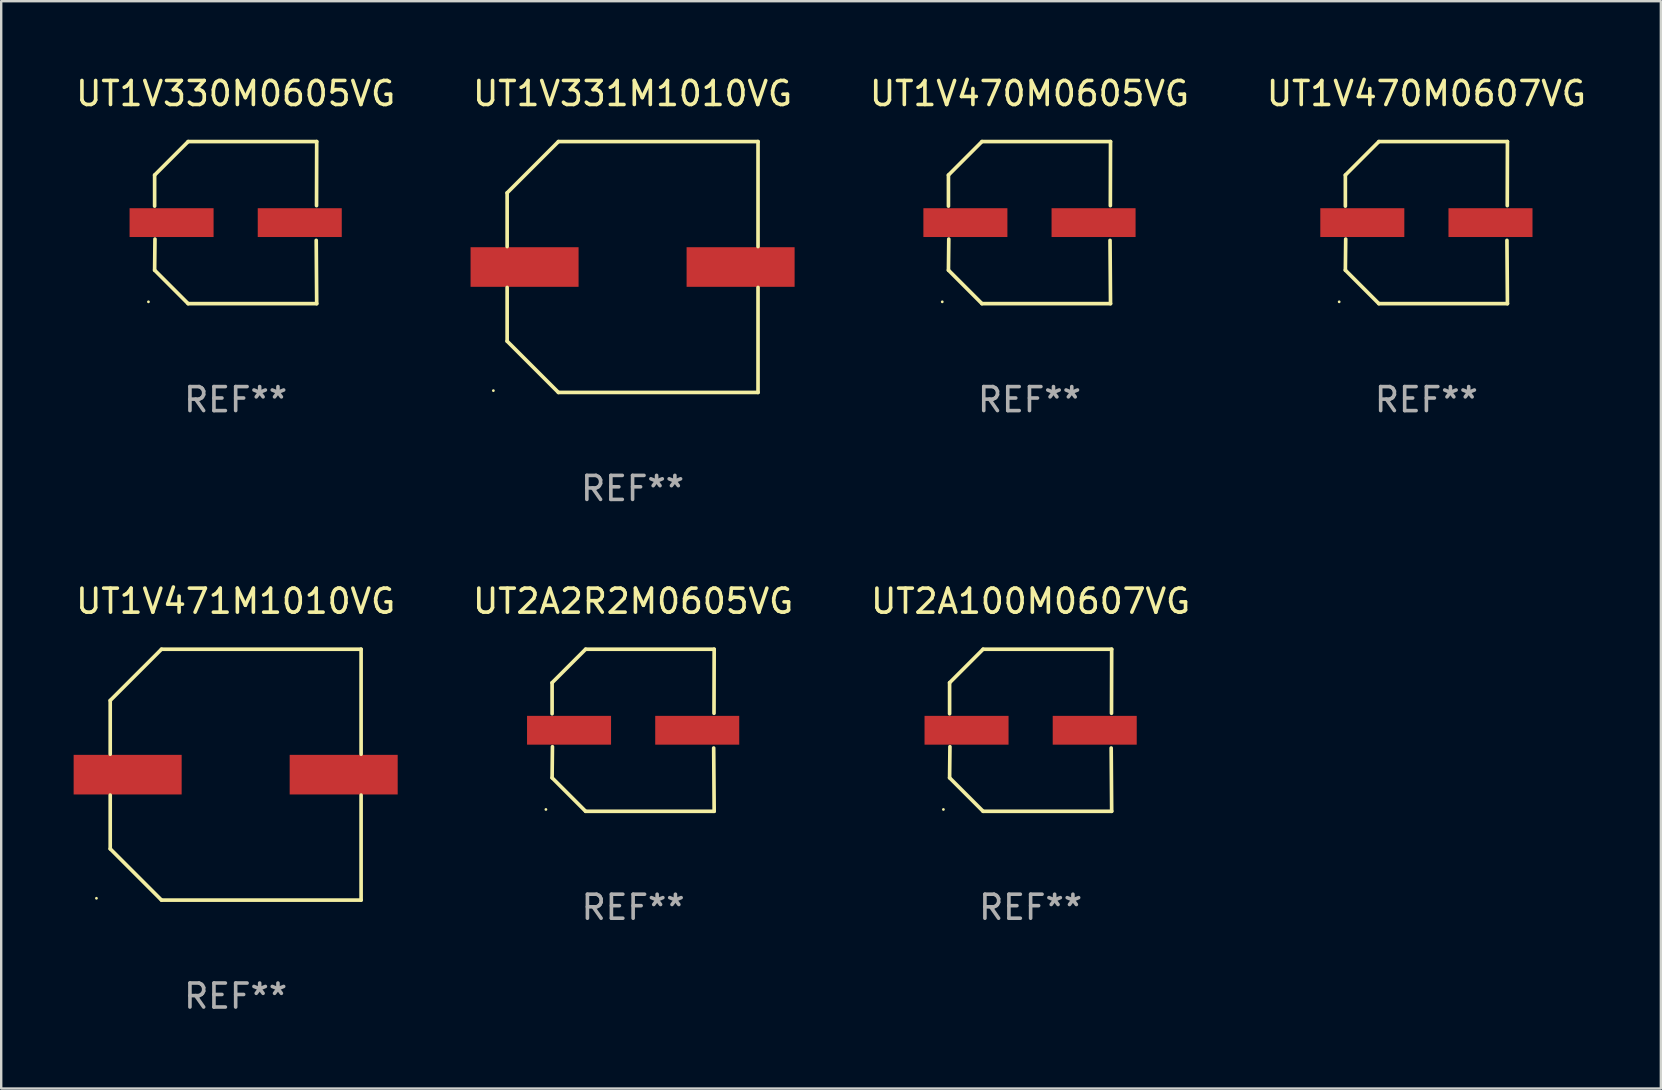
<source format=kicad_pcb>
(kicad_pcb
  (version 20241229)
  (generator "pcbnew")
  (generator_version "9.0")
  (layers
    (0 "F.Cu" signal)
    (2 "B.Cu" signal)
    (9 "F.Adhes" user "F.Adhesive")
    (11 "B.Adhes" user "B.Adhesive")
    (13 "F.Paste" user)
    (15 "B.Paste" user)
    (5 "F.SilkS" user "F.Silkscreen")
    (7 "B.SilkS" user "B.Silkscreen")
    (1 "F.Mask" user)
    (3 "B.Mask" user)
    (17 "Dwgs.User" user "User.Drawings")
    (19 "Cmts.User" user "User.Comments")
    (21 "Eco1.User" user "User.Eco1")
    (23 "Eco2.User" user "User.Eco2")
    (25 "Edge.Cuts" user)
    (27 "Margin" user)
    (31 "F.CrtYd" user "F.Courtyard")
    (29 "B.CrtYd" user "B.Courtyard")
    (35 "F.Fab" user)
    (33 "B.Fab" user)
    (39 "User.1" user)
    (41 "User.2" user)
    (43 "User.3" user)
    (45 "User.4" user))
  (footprint "UT1V331M1010VG"
    (layer "F.Cu")
    (at 23.304 8.074)
    (property "Reference" "UT1V331M1010VG" (at 0 -7.226 0) (layer "F.SilkS") (effects (font (size 1 1) (thickness 0.15))))
    (attr through_hole)
    (fp_line (start -5.226 -3.09) (end -5.226 -0.852) (stroke (width 0.152) (type solid)) (layer "F.SilkS"))
    (fp_line (start -5.226 3.09) (end -5.226 0.852) (stroke (width 0.152) (type solid)) (layer "F.SilkS"))
    (fp_line (start -3.09 -5.226) (end -5.226 -3.09) (stroke (width 0.152) (type solid)) (layer "F.SilkS"))
    (fp_line (start -3.09 5.226) (end -5.226 3.09) (stroke (width 0.152) (type solid)) (layer "F.SilkS"))
    (fp_line (start 5.226 -5.226) (end -3.09 -5.226) (stroke (width 0.152) (type solid)) (layer "F.SilkS"))
    (fp_line (start 5.226 -0.852) (end 5.226 -5.226) (stroke (width 0.152) (type solid)) (layer "F.SilkS"))
    (fp_line (start 5.226 0.852) (end 5.226 5.226) (stroke (width 0.152) (type solid)) (layer "F.SilkS"))
    (fp_line (start 5.226 5.226) (end -3.09 5.226) (stroke (width 0.152) (type solid)) (layer "F.SilkS"))
    (fp_circle (center -5.8 5.15) (end -5.77 5.15) (stroke (width 0.06) (type solid)) (fill no) (layer "F.SilkS"))
    (fp_text user "REF**" (at 0 9.226 0) (layer "F.Fab") (effects (font (size 1 1) (thickness 0.15))))
    (pad "1" smd rect (at -4.5 0) (size 4.5 1.65) (layers "F.Cu" "F.Mask" "F.Paste"))
    (pad "2" smd rect (at 4.5 0) (size 4.5 1.65) (layers "F.Cu" "F.Mask" "F.Paste")))
  (footprint "UT1V330M0605VG"
    (layer "F.Cu")
    (at 6.768 6.224)
    (property "Reference" "UT1V330M0605VG" (at 0 -5.376 0) (layer "F.SilkS") (effects (font (size 1 1) (thickness 0.15))))
    (attr through_hole)
    (fp_line (start -3.376 -1.98) (end -3.376 -0.686) (stroke (width 0.152) (type solid)) (layer "F.SilkS"))
    (fp_line (start -3.376 1.981) (end -3.362 0.686) (stroke (width 0.152) (type solid)) (layer "F.SilkS"))
    (fp_line (start -1.981 3.376) (end -3.376 1.981) (stroke (width 0.152) (type solid)) (layer "F.SilkS"))
    (fp_line (start -1.98 -3.376) (end -3.376 -1.98) (stroke (width 0.152) (type solid)) (layer "F.SilkS"))
    (fp_line (start 3.356 0.74) (end 3.376 3.376) (stroke (width 0.152) (type solid)) (layer "F.SilkS"))
    (fp_line (start 3.369 -0.707) (end 3.376 -3.376) (stroke (width 0.152) (type solid)) (layer "F.SilkS"))
    (fp_line (start 3.376 3.376) (end -1.981 3.376) (stroke (width 0.152) (type solid)) (layer "F.SilkS"))
    (fp_line (start 3.376 -3.376) (end -1.98 -3.376) (stroke (width 0.152) (type solid)) (layer "F.SilkS"))
    (fp_circle (center -3.634 3.3) (end -3.604 3.3) (stroke (width 0.06) (type solid)) (fill no) (layer "F.SilkS"))
    (fp_text user "REF**" (at 0 7.376 0) (layer "F.Fab") (effects (font (size 1 1) (thickness 0.15))))
    (pad "1" smd rect (at -2.67 0.000254) (size 3.5 1.2) (layers "F.Cu" "F.Mask" "F.Paste"))
    (pad "2" smd rect (at 2.67 0.000254) (size 3.5 1.2) (layers "F.Cu" "F.Mask" "F.Paste")))
  (footprint "UT1V471M1010VG"
    (layer "F.Cu")
    (at 6.768 29.223)
    (property "Reference" "UT1V471M1010VG" (at 0 -7.226 0) (layer "F.SilkS") (effects (font (size 1 1) (thickness 0.15))))
    (attr through_hole)
    (fp_line (start -5.226 -3.09) (end -5.226 -0.852) (stroke (width 0.152) (type solid)) (layer "F.SilkS"))
    (fp_line (start -5.226 3.09) (end -5.226 0.852) (stroke (width 0.152) (type solid)) (layer "F.SilkS"))
    (fp_line (start -3.09 -5.226) (end -5.226 -3.09) (stroke (width 0.152) (type solid)) (layer "F.SilkS"))
    (fp_line (start -3.09 5.226) (end -5.226 3.09) (stroke (width 0.152) (type solid)) (layer "F.SilkS"))
    (fp_line (start 5.226 -5.226) (end -3.09 -5.226) (stroke (width 0.152) (type solid)) (layer "F.SilkS"))
    (fp_line (start 5.226 -0.852) (end 5.226 -5.226) (stroke (width 0.152) (type solid)) (layer "F.SilkS"))
    (fp_line (start 5.226 0.852) (end 5.226 5.226) (stroke (width 0.152) (type solid)) (layer "F.SilkS"))
    (fp_line (start 5.226 5.226) (end -3.09 5.226) (stroke (width 0.152) (type solid)) (layer "F.SilkS"))
    (fp_circle (center -5.8 5.15) (end -5.77 5.15) (stroke (width 0.06) (type solid)) (fill no) (layer "F.SilkS"))
    (fp_text user "REF**" (at 0 9.226 0) (layer "F.Fab") (effects (font (size 1 1) (thickness 0.15))))
    (pad "1" smd rect (at -4.5 0) (size 4.5 1.65) (layers "F.Cu" "F.Mask" "F.Paste"))
    (pad "2" smd rect (at 4.5 0) (size 4.5 1.65) (layers "F.Cu" "F.Mask" "F.Paste")))
  (footprint "UT2A100M0607VG"
    (layer "F.Cu")
    (at 39.887 27.373)
    (property "Reference" "UT2A100M0607VG" (at 0 -5.376 0) (layer "F.SilkS") (effects (font (size 1 1) (thickness 0.15))))
    (attr through_hole)
    (fp_line (start -3.376 -1.98) (end -3.376 -0.686) (stroke (width 0.152) (type solid)) (layer "F.SilkS"))
    (fp_line (start -3.376 1.981) (end -3.362 0.686) (stroke (width 0.152) (type solid)) (layer "F.SilkS"))
    (fp_line (start -1.981 3.376) (end -3.376 1.981) (stroke (width 0.152) (type solid)) (layer "F.SilkS"))
    (fp_line (start -1.98 -3.376) (end -3.376 -1.98) (stroke (width 0.152) (type solid)) (layer "F.SilkS"))
    (fp_line (start 3.356 0.74) (end 3.376 3.376) (stroke (width 0.152) (type solid)) (layer "F.SilkS"))
    (fp_line (start 3.369 -0.707) (end 3.376 -3.376) (stroke (width 0.152) (type solid)) (layer "F.SilkS"))
    (fp_line (start 3.376 3.376) (end -1.981 3.376) (stroke (width 0.152) (type solid)) (layer "F.SilkS"))
    (fp_line (start 3.376 -3.376) (end -1.98 -3.376) (stroke (width 0.152) (type solid)) (layer "F.SilkS"))
    (fp_circle (center -3.634 3.3) (end -3.604 3.3) (stroke (width 0.06) (type solid)) (fill no) (layer "F.SilkS"))
    (fp_text user "REF**" (at 0 7.376 0) (layer "F.Fab") (effects (font (size 1 1) (thickness 0.15))))
    (pad "1" smd rect (at -2.67 0.000254) (size 3.5 1.2) (layers "F.Cu" "F.Mask" "F.Paste"))
    (pad "2" smd rect (at 2.67 0.000254) (size 3.5 1.2) (layers "F.Cu" "F.Mask" "F.Paste")))
  (footprint "UT1V470M0605VG"
    (layer "F.Cu")
    (at 39.839 6.224)
    (property "Reference" "UT1V470M0605VG" (at 0 -5.376 0) (layer "F.SilkS") (effects (font (size 1 1) (thickness 0.15))))
    (attr through_hole)
    (fp_line (start -3.376 -1.98) (end -3.376 -0.686) (stroke (width 0.152) (type solid)) (layer "F.SilkS"))
    (fp_line (start -3.376 1.981) (end -3.362 0.686) (stroke (width 0.152) (type solid)) (layer "F.SilkS"))
    (fp_line (start -1.981 3.376) (end -3.376 1.981) (stroke (width 0.152) (type solid)) (layer "F.SilkS"))
    (fp_line (start -1.98 -3.376) (end -3.376 -1.98) (stroke (width 0.152) (type solid)) (layer "F.SilkS"))
    (fp_line (start 3.356 0.74) (end 3.376 3.376) (stroke (width 0.152) (type solid)) (layer "F.SilkS"))
    (fp_line (start 3.369 -0.707) (end 3.376 -3.376) (stroke (width 0.152) (type solid)) (layer "F.SilkS"))
    (fp_line (start 3.376 3.376) (end -1.981 3.376) (stroke (width 0.152) (type solid)) (layer "F.SilkS"))
    (fp_line (start 3.376 -3.376) (end -1.98 -3.376) (stroke (width 0.152) (type solid)) (layer "F.SilkS"))
    (fp_circle (center -3.634 3.3) (end -3.604 3.3) (stroke (width 0.06) (type solid)) (fill no) (layer "F.SilkS"))
    (fp_text user "REF**" (at 0 7.376 0) (layer "F.Fab") (effects (font (size 1 1) (thickness 0.15))))
    (pad "1" smd rect (at -2.67 0.000254) (size 3.5 1.2) (layers "F.Cu" "F.Mask" "F.Paste"))
    (pad "2" smd rect (at 2.67 0.000254) (size 3.5 1.2) (layers "F.Cu" "F.Mask" "F.Paste")))
  (footprint "UT2A2R2M0605VG"
    (layer "F.Cu")
    (at 23.327 27.373)
    (property "Reference" "UT2A2R2M0605VG" (at 0 -5.376 0) (layer "F.SilkS") (effects (font (size 1 1) (thickness 0.15))))
    (attr through_hole)
    (fp_line (start -3.376 -1.98) (end -3.376 -0.686) (stroke (width 0.152) (type solid)) (layer "F.SilkS"))
    (fp_line (start -3.376 1.981) (end -3.362 0.686) (stroke (width 0.152) (type solid)) (layer "F.SilkS"))
    (fp_line (start -1.981 3.376) (end -3.376 1.981) (stroke (width 0.152) (type solid)) (layer "F.SilkS"))
    (fp_line (start -1.98 -3.376) (end -3.376 -1.98) (stroke (width 0.152) (type solid)) (layer "F.SilkS"))
    (fp_line (start 3.356 0.74) (end 3.376 3.376) (stroke (width 0.152) (type solid)) (layer "F.SilkS"))
    (fp_line (start 3.369 -0.707) (end 3.376 -3.376) (stroke (width 0.152) (type solid)) (layer "F.SilkS"))
    (fp_line (start 3.376 3.376) (end -1.981 3.376) (stroke (width 0.152) (type solid)) (layer "F.SilkS"))
    (fp_line (start 3.376 -3.376) (end -1.98 -3.376) (stroke (width 0.152) (type solid)) (layer "F.SilkS"))
    (fp_circle (center -3.634 3.3) (end -3.604 3.3) (stroke (width 0.06) (type solid)) (fill no) (layer "F.SilkS"))
    (fp_text user "REF**" (at 0 7.376 0) (layer "F.Fab") (effects (font (size 1 1) (thickness 0.15))))
    (pad "1" smd rect (at -2.67 0.000254) (size 3.5 1.2) (layers "F.Cu" "F.Mask" "F.Paste"))
    (pad "2" smd rect (at 2.67 0.000254) (size 3.5 1.2) (layers "F.Cu" "F.Mask" "F.Paste")))
  (footprint "UT1V470M0607VG"
    (layer "F.Cu")
    (at 56.375 6.224)
    (property "Reference" "UT1V470M0607VG" (at 0 -5.376 0) (layer "F.SilkS") (effects (font (size 1 1) (thickness 0.15))))
    (attr through_hole)
    (fp_line (start -3.376 -1.98) (end -3.376 -0.686) (stroke (width 0.152) (type solid)) (layer "F.SilkS"))
    (fp_line (start -3.376 1.981) (end -3.362 0.686) (stroke (width 0.152) (type solid)) (layer "F.SilkS"))
    (fp_line (start -1.981 3.376) (end -3.376 1.981) (stroke (width 0.152) (type solid)) (layer "F.SilkS"))
    (fp_line (start -1.98 -3.376) (end -3.376 -1.98) (stroke (width 0.152) (type solid)) (layer "F.SilkS"))
    (fp_line (start 3.356 0.74) (end 3.376 3.376) (stroke (width 0.152) (type solid)) (layer "F.SilkS"))
    (fp_line (start 3.369 -0.707) (end 3.376 -3.376) (stroke (width 0.152) (type solid)) (layer "F.SilkS"))
    (fp_line (start 3.376 3.376) (end -1.981 3.376) (stroke (width 0.152) (type solid)) (layer "F.SilkS"))
    (fp_line (start 3.376 -3.376) (end -1.98 -3.376) (stroke (width 0.152) (type solid)) (layer "F.SilkS"))
    (fp_circle (center -3.634 3.3) (end -3.604 3.3) (stroke (width 0.06) (type solid)) (fill no) (layer "F.SilkS"))
    (fp_text user "REF**" (at 0 7.376 0) (layer "F.Fab") (effects (font (size 1 1) (thickness 0.15))))
    (pad "1" smd rect (at -2.67 0.000254) (size 3.5 1.2) (layers "F.Cu" "F.Mask" "F.Paste"))
    (pad "2" smd rect (at 2.67 0.000254) (size 3.5 1.2) (layers "F.Cu" "F.Mask" "F.Paste")))
  (gr_rect
    (start -3 -3)
    (end 66.143 42.298)
    (stroke (width 0.1) (type default))
    (fill no)
    (layer "Edge.Cuts")))
</source>
